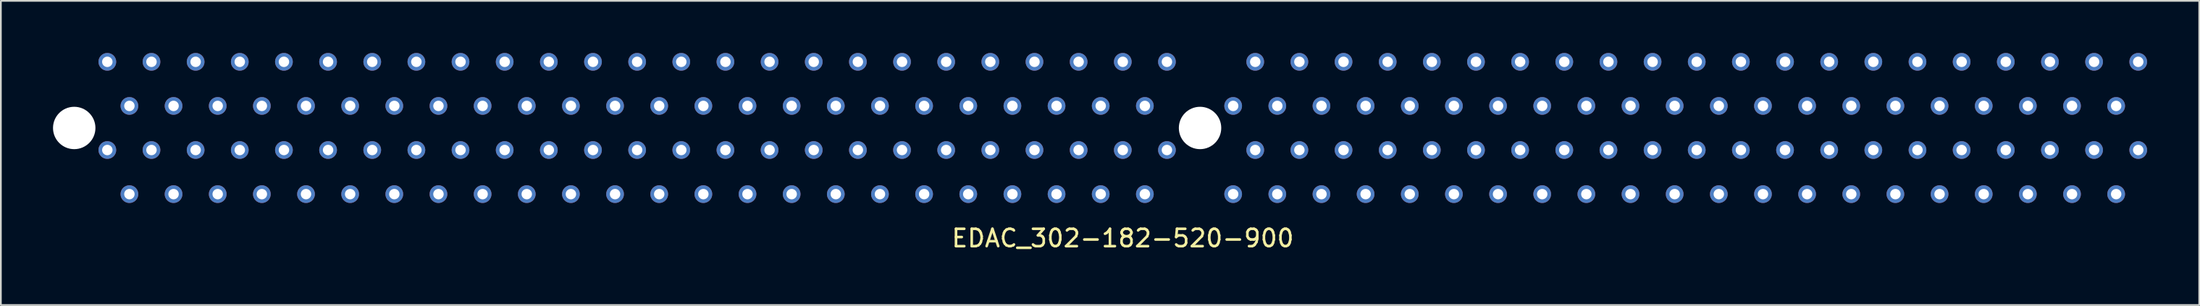
<source format=kicad_pcb>
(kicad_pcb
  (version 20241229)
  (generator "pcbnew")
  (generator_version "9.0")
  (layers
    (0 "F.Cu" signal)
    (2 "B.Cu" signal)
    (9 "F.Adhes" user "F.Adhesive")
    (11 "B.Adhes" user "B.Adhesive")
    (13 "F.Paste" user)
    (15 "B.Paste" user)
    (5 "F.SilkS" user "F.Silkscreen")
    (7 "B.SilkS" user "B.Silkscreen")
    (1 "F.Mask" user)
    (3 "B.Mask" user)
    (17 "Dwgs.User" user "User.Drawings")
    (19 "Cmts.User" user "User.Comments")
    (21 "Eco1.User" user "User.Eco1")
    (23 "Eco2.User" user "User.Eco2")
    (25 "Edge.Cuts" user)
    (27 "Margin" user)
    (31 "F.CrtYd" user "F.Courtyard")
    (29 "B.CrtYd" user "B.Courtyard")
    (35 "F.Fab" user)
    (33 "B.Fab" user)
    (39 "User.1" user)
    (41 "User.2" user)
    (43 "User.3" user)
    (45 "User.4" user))
  (footprint "EDAC_302-182-520-900"
    (layer "F.Cu")
    (at 61.545 4.32)
    (property "Reference" "EDAC_302-182-520-900" (at 0 6.35 0) (layer "F.SilkS") (effects (font (size 1 1) (thickness 0.15))))
    (attr through_hole)
    (pad "" np_thru_hole circle (at -60.325 0) (size 2.44 2.44) (drill 2.44) (layers "*.Cu" "*.Mask"))
    (pad "" np_thru_hole circle (at 4.445 0) (size 2.44 2.44) (drill 2.44) (layers "*.Cu" "*.Mask"))
    (pad "1" thru_hole circle (at -58.42 -3.81) (size 1.02 1.02) (drill 0.6) (layers "*.Mask" "B.Cu"))
    (pad "2" thru_hole circle (at -57.15 -1.27) (size 1.02 1.02) (drill 0.6) (layers "*.Mask" "B.Cu"))
    (pad "3" thru_hole circle (at -55.88 -3.81) (size 1.02 1.02) (drill 0.6) (layers "*.Mask" "B.Cu"))
    (pad "4" thru_hole circle (at -54.61 -1.27) (size 1.02 1.02) (drill 0.6) (layers "*.Mask" "B.Cu"))
    (pad "5" thru_hole circle (at -53.34 -3.81) (size 1.02 1.02) (drill 0.6) (layers "*.Mask" "B.Cu"))
    (pad "6" thru_hole circle (at -52.07 -1.27) (size 1.02 1.02) (drill 0.6) (layers "*.Mask" "B.Cu"))
    (pad "7" thru_hole circle (at -50.8 -3.81) (size 1.02 1.02) (drill 0.6) (layers "*.Mask" "B.Cu"))
    (pad "8" thru_hole circle (at -49.53 -1.27) (size 1.02 1.02) (drill 0.6) (layers "*.Mask" "B.Cu"))
    (pad "9" thru_hole circle (at -48.26 -3.81) (size 1.02 1.02) (drill 0.6) (layers "*.Mask" "B.Cu"))
    (pad "10" thru_hole circle (at -46.99 -1.27) (size 1.02 1.02) (drill 0.6) (layers "*.Mask" "B.Cu"))
    (pad "11" thru_hole circle (at -45.72 -3.81) (size 1.02 1.02) (drill 0.6) (layers "*.Mask" "B.Cu"))
    (pad "12" thru_hole circle (at -44.45 -1.27) (size 1.02 1.02) (drill 0.6) (layers "*.Mask" "B.Cu"))
    (pad "13" thru_hole circle (at -43.18 -3.81) (size 1.02 1.02) (drill 0.6) (layers "*.Mask" "B.Cu"))
    (pad "14" thru_hole circle (at -41.91 -1.27) (size 1.02 1.02) (drill 0.6) (layers "*.Mask" "B.Cu"))
    (pad "15" thru_hole circle (at -40.64 -3.81) (size 1.02 1.02) (drill 0.6) (layers "*.Mask" "B.Cu"))
    (pad "16" thru_hole circle (at -39.37 -1.27) (size 1.02 1.02) (drill 0.6) (layers "*.Mask" "B.Cu"))
    (pad "17" thru_hole circle (at -38.1 -3.81) (size 1.02 1.02) (drill 0.6) (layers "*.Mask" "B.Cu"))
    (pad "18" thru_hole circle (at -36.83 -1.27) (size 1.02 1.02) (drill 0.6) (layers "*.Mask" "B.Cu"))
    (pad "19" thru_hole circle (at -35.56 -3.81) (size 1.02 1.02) (drill 0.6) (layers "*.Mask" "B.Cu"))
    (pad "20" thru_hole circle (at -34.29 -1.27) (size 1.02 1.02) (drill 0.6) (layers "*.Mask" "B.Cu"))
    (pad "21" thru_hole circle (at -33.02 -3.81) (size 1.02 1.02) (drill 0.6) (layers "*.Mask" "B.Cu"))
    (pad "22" thru_hole circle (at -31.75 -1.27) (size 1.02 1.02) (drill 0.6) (layers "*.Mask" "B.Cu"))
    (pad "23" thru_hole circle (at -30.48 -3.81) (size 1.02 1.02) (drill 0.6) (layers "*.Mask" "B.Cu"))
    (pad "24" thru_hole circle (at -29.21 -1.27) (size 1.02 1.02) (drill 0.6) (layers "*.Mask" "B.Cu"))
    (pad "25" thru_hole circle (at -27.94 -3.81) (size 1.02 1.02) (drill 0.6) (layers "*.Mask" "B.Cu"))
    (pad "26" thru_hole circle (at -26.67 -1.27) (size 1.02 1.02) (drill 0.6) (layers "*.Mask" "B.Cu"))
    (pad "27" thru_hole circle (at -25.4 -3.81) (size 1.02 1.02) (drill 0.6) (layers "*.Mask" "B.Cu"))
    (pad "28" thru_hole circle (at -24.13 -1.27) (size 1.02 1.02) (drill 0.6) (layers "*.Mask" "B.Cu"))
    (pad "29" thru_hole circle (at -22.86 -3.81) (size 1.02 1.02) (drill 0.6) (layers "*.Mask" "B.Cu"))
    (pad "30" thru_hole circle (at -21.59 -1.27) (size 1.02 1.02) (drill 0.6) (layers "*.Mask" "B.Cu"))
    (pad "31" thru_hole circle (at -20.32 -3.81) (size 1.02 1.02) (drill 0.6) (layers "*.Mask" "B.Cu"))
    (pad "32" thru_hole circle (at -19.05 -1.27) (size 1.02 1.02) (drill 0.6) (layers "*.Mask" "B.Cu"))
    (pad "33" thru_hole circle (at -17.78 -3.81) (size 1.02 1.02) (drill 0.6) (layers "*.Mask" "B.Cu"))
    (pad "34" thru_hole circle (at -16.51 -1.27) (size 1.02 1.02) (drill 0.6) (layers "*.Mask" "B.Cu"))
    (pad "35" thru_hole circle (at -15.24 -3.81) (size 1.02 1.02) (drill 0.6) (layers "*.Mask" "B.Cu"))
    (pad "36" thru_hole circle (at -13.97 -1.27) (size 1.02 1.02) (drill 0.6) (layers "*.Mask" "B.Cu"))
    (pad "37" thru_hole circle (at -12.7 -3.81) (size 1.02 1.02) (drill 0.6) (layers "*.Mask" "B.Cu"))
    (pad "38" thru_hole circle (at -11.43 -1.27) (size 1.02 1.02) (drill 0.6) (layers "*.Mask" "B.Cu"))
    (pad "39" thru_hole circle (at -10.16 -3.81) (size 1.02 1.02) (drill 0.6) (layers "*.Mask" "B.Cu"))
    (pad "40" thru_hole circle (at -8.89 -1.27) (size 1.02 1.02) (drill 0.6) (layers "*.Mask" "B.Cu"))
    (pad "41" thru_hole circle (at -7.62 -3.81) (size 1.02 1.02) (drill 0.6) (layers "*.Mask" "B.Cu"))
    (pad "42" thru_hole circle (at -6.35 -1.27) (size 1.02 1.02) (drill 0.6) (layers "*.Mask" "B.Cu"))
    (pad "43" thru_hole circle (at -5.08 -3.81) (size 1.02 1.02) (drill 0.6) (layers "*.Mask" "B.Cu"))
    (pad "44" thru_hole circle (at -3.81 -1.27) (size 1.02 1.02) (drill 0.6) (layers "*.Mask" "B.Cu"))
    (pad "45" thru_hole circle (at -2.54 -3.81) (size 1.02 1.02) (drill 0.6) (layers "*.Mask" "B.Cu"))
    (pad "46" thru_hole circle (at -1.27 -1.27) (size 1.02 1.02) (drill 0.6) (layers "*.Mask" "B.Cu"))
    (pad "47" thru_hole circle (at 0 -3.81) (size 1.02 1.02) (drill 0.6) (layers "*.Mask" "B.Cu"))
    (pad "48" thru_hole circle (at 1.27 -1.27) (size 1.02 1.02) (drill 0.6) (layers "*.Mask" "B.Cu"))
    (pad "49" thru_hole circle (at 2.54 -3.81) (size 1.02 1.02) (drill 0.6) (layers "*.Mask" "B.Cu"))
    (pad "50" thru_hole circle (at 6.35 -1.27) (size 1.02 1.02) (drill 0.6) (layers "*.Mask" "B.Cu"))
    (pad "51" thru_hole circle (at 7.62 -3.81) (size 1.02 1.02) (drill 0.6) (layers "*.Mask" "B.Cu"))
    (pad "52" thru_hole circle (at 8.89 -1.27) (size 1.02 1.02) (drill 0.6) (layers "*.Mask" "B.Cu"))
    (pad "53" thru_hole circle (at 10.16 -3.81) (size 1.02 1.02) (drill 0.6) (layers "*.Mask" "B.Cu"))
    (pad "54" thru_hole circle (at 11.43 -1.27) (size 1.02 1.02) (drill 0.6) (layers "*.Mask" "B.Cu"))
    (pad "55" thru_hole circle (at 12.7 -3.81) (size 1.02 1.02) (drill 0.6) (layers "*.Mask" "B.Cu"))
    (pad "56" thru_hole circle (at 13.97 -1.27) (size 1.02 1.02) (drill 0.6) (layers "*.Mask" "B.Cu"))
    (pad "57" thru_hole circle (at 15.24 -3.81) (size 1.02 1.02) (drill 0.6) (layers "*.Mask" "B.Cu"))
    (pad "58" thru_hole circle (at 16.51 -1.27) (size 1.02 1.02) (drill 0.6) (layers "*.Mask" "B.Cu"))
    (pad "59" thru_hole circle (at 17.78 -3.81) (size 1.02 1.02) (drill 0.6) (layers "*.Mask" "B.Cu"))
    (pad "60" thru_hole circle (at 19.05 -1.27) (size 1.02 1.02) (drill 0.6) (layers "*.Mask" "B.Cu"))
    (pad "61" thru_hole circle (at 20.32 -3.81) (size 1.02 1.02) (drill 0.6) (layers "*.Mask" "B.Cu"))
    (pad "62" thru_hole circle (at 21.59 -1.27) (size 1.02 1.02) (drill 0.6) (layers "*.Mask" "B.Cu"))
    (pad "63" thru_hole circle (at 22.86 -3.81) (size 1.02 1.02) (drill 0.6) (layers "*.Mask" "B.Cu"))
    (pad "64" thru_hole circle (at 24.13 -1.27) (size 1.02 1.02) (drill 0.6) (layers "*.Mask" "B.Cu"))
    (pad "65" thru_hole circle (at 25.4 -3.81) (size 1.02 1.02) (drill 0.6) (layers "*.Mask" "B.Cu"))
    (pad "66" thru_hole circle (at 26.67 -1.27) (size 1.02 1.02) (drill 0.6) (layers "*.Mask" "B.Cu"))
    (pad "67" thru_hole circle (at 27.94 -3.81) (size 1.02 1.02) (drill 0.6) (layers "*.Mask" "B.Cu"))
    (pad "68" thru_hole circle (at 29.21 -1.27) (size 1.02 1.02) (drill 0.6) (layers "*.Mask" "B.Cu"))
    (pad "69" thru_hole circle (at 30.48 -3.81) (size 1.02 1.02) (drill 0.6) (layers "*.Mask" "B.Cu"))
    (pad "70" thru_hole circle (at 31.75 -1.27) (size 1.02 1.02) (drill 0.6) (layers "*.Mask" "B.Cu"))
    (pad "71" thru_hole circle (at 33.02 -3.81) (size 1.02 1.02) (drill 0.6) (layers "*.Mask" "B.Cu"))
    (pad "72" thru_hole circle (at 34.29 -1.27) (size 1.02 1.02) (drill 0.6) (layers "*.Mask" "B.Cu"))
    (pad "73" thru_hole circle (at 35.56 -3.81) (size 1.02 1.02) (drill 0.6) (layers "*.Mask" "B.Cu"))
    (pad "74" thru_hole circle (at 36.83 -1.27) (size 1.02 1.02) (drill 0.6) (layers "*.Mask" "B.Cu"))
    (pad "75" thru_hole circle (at 38.1 -3.81) (size 1.02 1.02) (drill 0.6) (layers "*.Mask" "B.Cu"))
    (pad "76" thru_hole circle (at 39.37 -1.27) (size 1.02 1.02) (drill 0.6) (layers "*.Mask" "B.Cu"))
    (pad "77" thru_hole circle (at 40.64 -3.81) (size 1.02 1.02) (drill 0.6) (layers "*.Mask" "B.Cu"))
    (pad "78" thru_hole circle (at 41.91 -1.27) (size 1.02 1.02) (drill 0.6) (layers "*.Mask" "B.Cu"))
    (pad "79" thru_hole circle (at 43.18 -3.81) (size 1.02 1.02) (drill 0.6) (layers "*.Mask" "B.Cu"))
    (pad "80" thru_hole circle (at 44.45 -1.27) (size 1.02 1.02) (drill 0.6) (layers "*.Mask" "B.Cu"))
    (pad "81" thru_hole circle (at 45.72 -3.81) (size 1.02 1.02) (drill 0.6) (layers "*.Mask" "B.Cu"))
    (pad "82" thru_hole circle (at 46.99 -1.27) (size 1.02 1.02) (drill 0.6) (layers "*.Mask" "B.Cu"))
    (pad "83" thru_hole circle (at 48.26 -3.81) (size 1.02 1.02) (drill 0.6) (layers "*.Mask" "B.Cu"))
    (pad "84" thru_hole circle (at 49.53 -1.27) (size 1.02 1.02) (drill 0.6) (layers "*.Mask" "B.Cu"))
    (pad "85" thru_hole circle (at 50.8 -3.81) (size 1.02 1.02) (drill 0.6) (layers "*.Mask" "B.Cu"))
    (pad "86" thru_hole circle (at 52.07 -1.27) (size 1.02 1.02) (drill 0.6) (layers "*.Mask" "B.Cu"))
    (pad "87" thru_hole circle (at 53.34 -3.81) (size 1.02 1.02) (drill 0.6) (layers "*.Mask" "B.Cu"))
    (pad "88" thru_hole circle (at 54.61 -1.27) (size 1.02 1.02) (drill 0.6) (layers "*.Mask" "B.Cu"))
    (pad "89" thru_hole circle (at 55.88 -3.81) (size 1.02 1.02) (drill 0.6) (layers "*.Mask" "B.Cu"))
    (pad "90" thru_hole circle (at 57.15 -1.27) (size 1.02 1.02) (drill 0.6) (layers "*.Mask" "B.Cu"))
    (pad "91" thru_hole circle (at 58.42 -3.81) (size 1.02 1.02) (drill 0.6) (layers "*.Mask" "B.Cu"))
    (pad "92" thru_hole circle (at -58.42 1.27) (size 1.02 1.02) (drill 0.6) (layers "*.Mask" "B.Cu"))
    (pad "93" thru_hole circle (at -57.15 3.81) (size 1.02 1.02) (drill 0.6) (layers "*.Mask" "B.Cu"))
    (pad "94" thru_hole circle (at -55.88 1.27) (size 1.02 1.02) (drill 0.6) (layers "*.Mask" "B.Cu"))
    (pad "95" thru_hole circle (at -54.61 3.81) (size 1.02 1.02) (drill 0.6) (layers "*.Mask" "B.Cu"))
    (pad "96" thru_hole circle (at -53.34 1.27) (size 1.02 1.02) (drill 0.6) (layers "*.Mask" "B.Cu"))
    (pad "97" thru_hole circle (at -52.07 3.81) (size 1.02 1.02) (drill 0.6) (layers "*.Mask" "B.Cu"))
    (pad "98" thru_hole circle (at -50.8 1.27) (size 1.02 1.02) (drill 0.6) (layers "*.Mask" "B.Cu"))
    (pad "99" thru_hole circle (at -49.53 3.81) (size 1.02 1.02) (drill 0.6) (layers "*.Mask" "B.Cu"))
    (pad "100" thru_hole circle (at -48.26 1.27) (size 1.02 1.02) (drill 0.6) (layers "*.Mask" "B.Cu"))
    (pad "101" thru_hole circle (at -46.99 3.81) (size 1.02 1.02) (drill 0.6) (layers "*.Mask" "B.Cu"))
    (pad "102" thru_hole circle (at -45.72 1.27) (size 1.02 1.02) (drill 0.6) (layers "*.Mask" "B.Cu"))
    (pad "103" thru_hole circle (at -44.45 3.81) (size 1.02 1.02) (drill 0.6) (layers "*.Mask" "B.Cu"))
    (pad "104" thru_hole circle (at -43.18 1.27) (size 1.02 1.02) (drill 0.6) (layers "*.Mask" "B.Cu"))
    (pad "105" thru_hole circle (at -41.91 3.81) (size 1.02 1.02) (drill 0.6) (layers "*.Mask" "B.Cu"))
    (pad "106" thru_hole circle (at -40.64 1.27) (size 1.02 1.02) (drill 0.6) (layers "*.Mask" "B.Cu"))
    (pad "107" thru_hole circle (at -39.37 3.81) (size 1.02 1.02) (drill 0.6) (layers "*.Mask" "B.Cu"))
    (pad "108" thru_hole circle (at -38.1 1.27) (size 1.02 1.02) (drill 0.6) (layers "*.Mask" "B.Cu"))
    (pad "109" thru_hole circle (at -36.83 3.81) (size 1.02 1.02) (drill 0.6) (layers "*.Mask" "B.Cu"))
    (pad "110" thru_hole circle (at -35.56 1.27) (size 1.02 1.02) (drill 0.6) (layers "*.Mask" "B.Cu"))
    (pad "111" thru_hole circle (at -34.29 3.81) (size 1.02 1.02) (drill 0.6) (layers "*.Mask" "B.Cu"))
    (pad "112" thru_hole circle (at -33.02 1.27) (size 1.02 1.02) (drill 0.6) (layers "*.Mask" "B.Cu"))
    (pad "113" thru_hole circle (at -31.75 3.81) (size 1.02 1.02) (drill 0.6) (layers "*.Mask" "B.Cu"))
    (pad "114" thru_hole circle (at -30.48 1.27) (size 1.02 1.02) (drill 0.6) (layers "*.Mask" "B.Cu"))
    (pad "115" thru_hole circle (at -29.21 3.81) (size 1.02 1.02) (drill 0.6) (layers "*.Mask" "B.Cu"))
    (pad "116" thru_hole circle (at -27.94 1.27) (size 1.02 1.02) (drill 0.6) (layers "*.Mask" "B.Cu"))
    (pad "117" thru_hole circle (at -26.67 3.81) (size 1.02 1.02) (drill 0.6) (layers "*.Mask" "B.Cu"))
    (pad "118" thru_hole circle (at -25.4 1.27) (size 1.02 1.02) (drill 0.6) (layers "*.Mask" "B.Cu"))
    (pad "119" thru_hole circle (at -24.13 3.81) (size 1.02 1.02) (drill 0.6) (layers "*.Mask" "B.Cu"))
    (pad "120" thru_hole circle (at -22.86 1.27) (size 1.02 1.02) (drill 0.6) (layers "*.Mask" "B.Cu"))
    (pad "121" thru_hole circle (at -21.59 3.81) (size 1.02 1.02) (drill 0.6) (layers "*.Mask" "B.Cu"))
    (pad "122" thru_hole circle (at -20.32 1.27) (size 1.02 1.02) (drill 0.6) (layers "*.Mask" "B.Cu"))
    (pad "123" thru_hole circle (at -19.05 3.81) (size 1.02 1.02) (drill 0.6) (layers "*.Mask" "B.Cu"))
    (pad "124" thru_hole circle (at -17.78 1.27) (size 1.02 1.02) (drill 0.6) (layers "*.Mask" "B.Cu"))
    (pad "125" thru_hole circle (at -16.51 3.81) (size 1.02 1.02) (drill 0.6) (layers "*.Mask" "B.Cu"))
    (pad "126" thru_hole circle (at -15.24 1.27) (size 1.02 1.02) (drill 0.6) (layers "*.Mask" "B.Cu"))
    (pad "127" thru_hole circle (at -13.97 3.81) (size 1.02 1.02) (drill 0.6) (layers "*.Mask" "B.Cu"))
    (pad "128" thru_hole circle (at -12.7 1.27) (size 1.02 1.02) (drill 0.6) (layers "*.Mask" "B.Cu"))
    (pad "129" thru_hole circle (at -11.43 3.81) (size 1.02 1.02) (drill 0.6) (layers "*.Mask" "B.Cu"))
    (pad "130" thru_hole circle (at -10.16 1.27) (size 1.02 1.02) (drill 0.6) (layers "*.Mask" "B.Cu"))
    (pad "131" thru_hole circle (at -8.89 3.81) (size 1.02 1.02) (drill 0.6) (layers "*.Mask" "B.Cu"))
    (pad "132" thru_hole circle (at -7.62 1.27) (size 1.02 1.02) (drill 0.6) (layers "*.Mask" "B.Cu"))
    (pad "133" thru_hole circle (at -6.35 3.81) (size 1.02 1.02) (drill 0.6) (layers "*.Mask" "B.Cu"))
    (pad "134" thru_hole circle (at -5.08 1.27) (size 1.02 1.02) (drill 0.6) (layers "*.Mask" "B.Cu"))
    (pad "135" thru_hole circle (at -3.81 3.81) (size 1.02 1.02) (drill 0.6) (layers "*.Mask" "B.Cu"))
    (pad "136" thru_hole circle (at -2.54 1.27) (size 1.02 1.02) (drill 0.6) (layers "*.Mask" "B.Cu"))
    (pad "137" thru_hole circle (at -1.27 3.81) (size 1.02 1.02) (drill 0.6) (layers "*.Mask" "B.Cu"))
    (pad "138" thru_hole circle (at 0 1.27) (size 1.02 1.02) (drill 0.6) (layers "*.Mask" "B.Cu"))
    (pad "139" thru_hole circle (at 1.27 3.81) (size 1.02 1.02) (drill 0.6) (layers "*.Mask" "B.Cu"))
    (pad "140" thru_hole circle (at 2.54 1.27) (size 1.02 1.02) (drill 0.6) (layers "*.Mask" "B.Cu"))
    (pad "141" thru_hole circle (at 6.35 3.81) (size 1.02 1.02) (drill 0.6) (layers "*.Mask" "B.Cu"))
    (pad "142" thru_hole circle (at 7.62 1.27) (size 1.02 1.02) (drill 0.6) (layers "*.Mask" "B.Cu"))
    (pad "143" thru_hole circle (at 8.89 3.81) (size 1.02 1.02) (drill 0.6) (layers "*.Mask" "B.Cu"))
    (pad "144" thru_hole circle (at 10.16 1.27) (size 1.02 1.02) (drill 0.6) (layers "*.Mask" "B.Cu"))
    (pad "145" thru_hole circle (at 11.43 3.81) (size 1.02 1.02) (drill 0.6) (layers "*.Mask" "B.Cu"))
    (pad "146" thru_hole circle (at 12.7 1.27) (size 1.02 1.02) (drill 0.6) (layers "*.Mask" "B.Cu"))
    (pad "147" thru_hole circle (at 13.97 3.81) (size 1.02 1.02) (drill 0.6) (layers "*.Mask" "B.Cu"))
    (pad "148" thru_hole circle (at 15.24 1.27) (size 1.02 1.02) (drill 0.6) (layers "*.Mask" "B.Cu"))
    (pad "149" thru_hole circle (at 16.51 3.81) (size 1.02 1.02) (drill 0.6) (layers "*.Mask" "B.Cu"))
    (pad "150" thru_hole circle (at 17.78 1.27) (size 1.02 1.02) (drill 0.6) (layers "*.Mask" "B.Cu"))
    (pad "151" thru_hole circle (at 19.05 3.81) (size 1.02 1.02) (drill 0.6) (layers "*.Mask" "B.Cu"))
    (pad "152" thru_hole circle (at 20.32 1.27) (size 1.02 1.02) (drill 0.6) (layers "*.Mask" "B.Cu"))
    (pad "153" thru_hole circle (at 21.59 3.81) (size 1.02 1.02) (drill 0.6) (layers "*.Mask" "B.Cu"))
    (pad "154" thru_hole circle (at 22.86 1.27) (size 1.02 1.02) (drill 0.6) (layers "*.Mask" "B.Cu"))
    (pad "155" thru_hole circle (at 24.13 3.81) (size 1.02 1.02) (drill 0.6) (layers "*.Mask" "B.Cu"))
    (pad "156" thru_hole circle (at 25.4 1.27) (size 1.02 1.02) (drill 0.6) (layers "*.Mask" "B.Cu"))
    (pad "157" thru_hole circle (at 26.67 3.81) (size 1.02 1.02) (drill 0.6) (layers "*.Mask" "B.Cu"))
    (pad "158" thru_hole circle (at 27.94 1.27) (size 1.02 1.02) (drill 0.6) (layers "*.Mask" "B.Cu"))
    (pad "159" thru_hole circle (at 29.21 3.81) (size 1.02 1.02) (drill 0.6) (layers "*.Mask" "B.Cu"))
    (pad "160" thru_hole circle (at 30.48 1.27) (size 1.02 1.02) (drill 0.6) (layers "*.Mask" "B.Cu"))
    (pad "161" thru_hole circle (at 31.75 3.81) (size 1.02 1.02) (drill 0.6) (layers "*.Mask" "B.Cu"))
    (pad "162" thru_hole circle (at 33.02 1.27) (size 1.02 1.02) (drill 0.6) (layers "*.Mask" "B.Cu"))
    (pad "163" thru_hole circle (at 34.29 3.81) (size 1.02 1.02) (drill 0.6) (layers "*.Mask" "B.Cu"))
    (pad "164" thru_hole circle (at 35.56 1.27) (size 1.02 1.02) (drill 0.6) (layers "*.Mask" "B.Cu"))
    (pad "165" thru_hole circle (at 36.83 3.81) (size 1.02 1.02) (drill 0.6) (layers "*.Mask" "B.Cu"))
    (pad "166" thru_hole circle (at 38.1 1.27) (size 1.02 1.02) (drill 0.6) (layers "*.Mask" "B.Cu"))
    (pad "167" thru_hole circle (at 39.37 3.81) (size 1.02 1.02) (drill 0.6) (layers "*.Mask" "B.Cu"))
    (pad "168" thru_hole circle (at 40.64 1.27) (size 1.02 1.02) (drill 0.6) (layers "*.Mask" "B.Cu"))
    (pad "169" thru_hole circle (at 41.91 3.81) (size 1.02 1.02) (drill 0.6) (layers "*.Mask" "B.Cu"))
    (pad "170" thru_hole circle (at 43.18 1.27) (size 1.02 1.02) (drill 0.6) (layers "*.Mask" "B.Cu"))
    (pad "171" thru_hole circle (at 44.45 3.81) (size 1.02 1.02) (drill 0.6) (layers "*.Mask" "B.Cu"))
    (pad "172" thru_hole circle (at 45.72 1.27) (size 1.02 1.02) (drill 0.6) (layers "*.Mask" "B.Cu"))
    (pad "173" thru_hole circle (at 46.99 3.81) (size 1.02 1.02) (drill 0.6) (layers "*.Mask" "B.Cu"))
    (pad "174" thru_hole circle (at 48.26 1.27) (size 1.02 1.02) (drill 0.6) (layers "*.Mask" "B.Cu"))
    (pad "175" thru_hole circle (at 49.53 3.81) (size 1.02 1.02) (drill 0.6) (layers "*.Mask" "B.Cu"))
    (pad "176" thru_hole circle (at 50.8 1.27) (size 1.02 1.02) (drill 0.6) (layers "*.Mask" "B.Cu"))
    (pad "177" thru_hole circle (at 52.07 3.81) (size 1.02 1.02) (drill 0.6) (layers "*.Mask" "B.Cu"))
    (pad "178" thru_hole circle (at 53.34 1.27) (size 1.02 1.02) (drill 0.6) (layers "*.Mask" "B.Cu"))
    (pad "179" thru_hole circle (at 54.61 3.81) (size 1.02 1.02) (drill 0.6) (layers "*.Mask" "B.Cu"))
    (pad "180" thru_hole circle (at 55.88 1.27) (size 1.02 1.02) (drill 0.6) (layers "*.Mask" "B.Cu"))
    (pad "181" thru_hole circle (at 57.15 3.81) (size 1.02 1.02) (drill 0.6) (layers "*.Mask" "B.Cu"))
    (pad "182" thru_hole circle (at 58.42 1.27) (size 1.02 1.02) (drill 0.6) (layers "*.Mask" "B.Cu")))
  (gr_rect
    (start -3 -3)
    (end 123.475 14.518)
    (stroke (width 0.1) (type default))
    (fill no)
    (layer "Edge.Cuts")))
</source>
